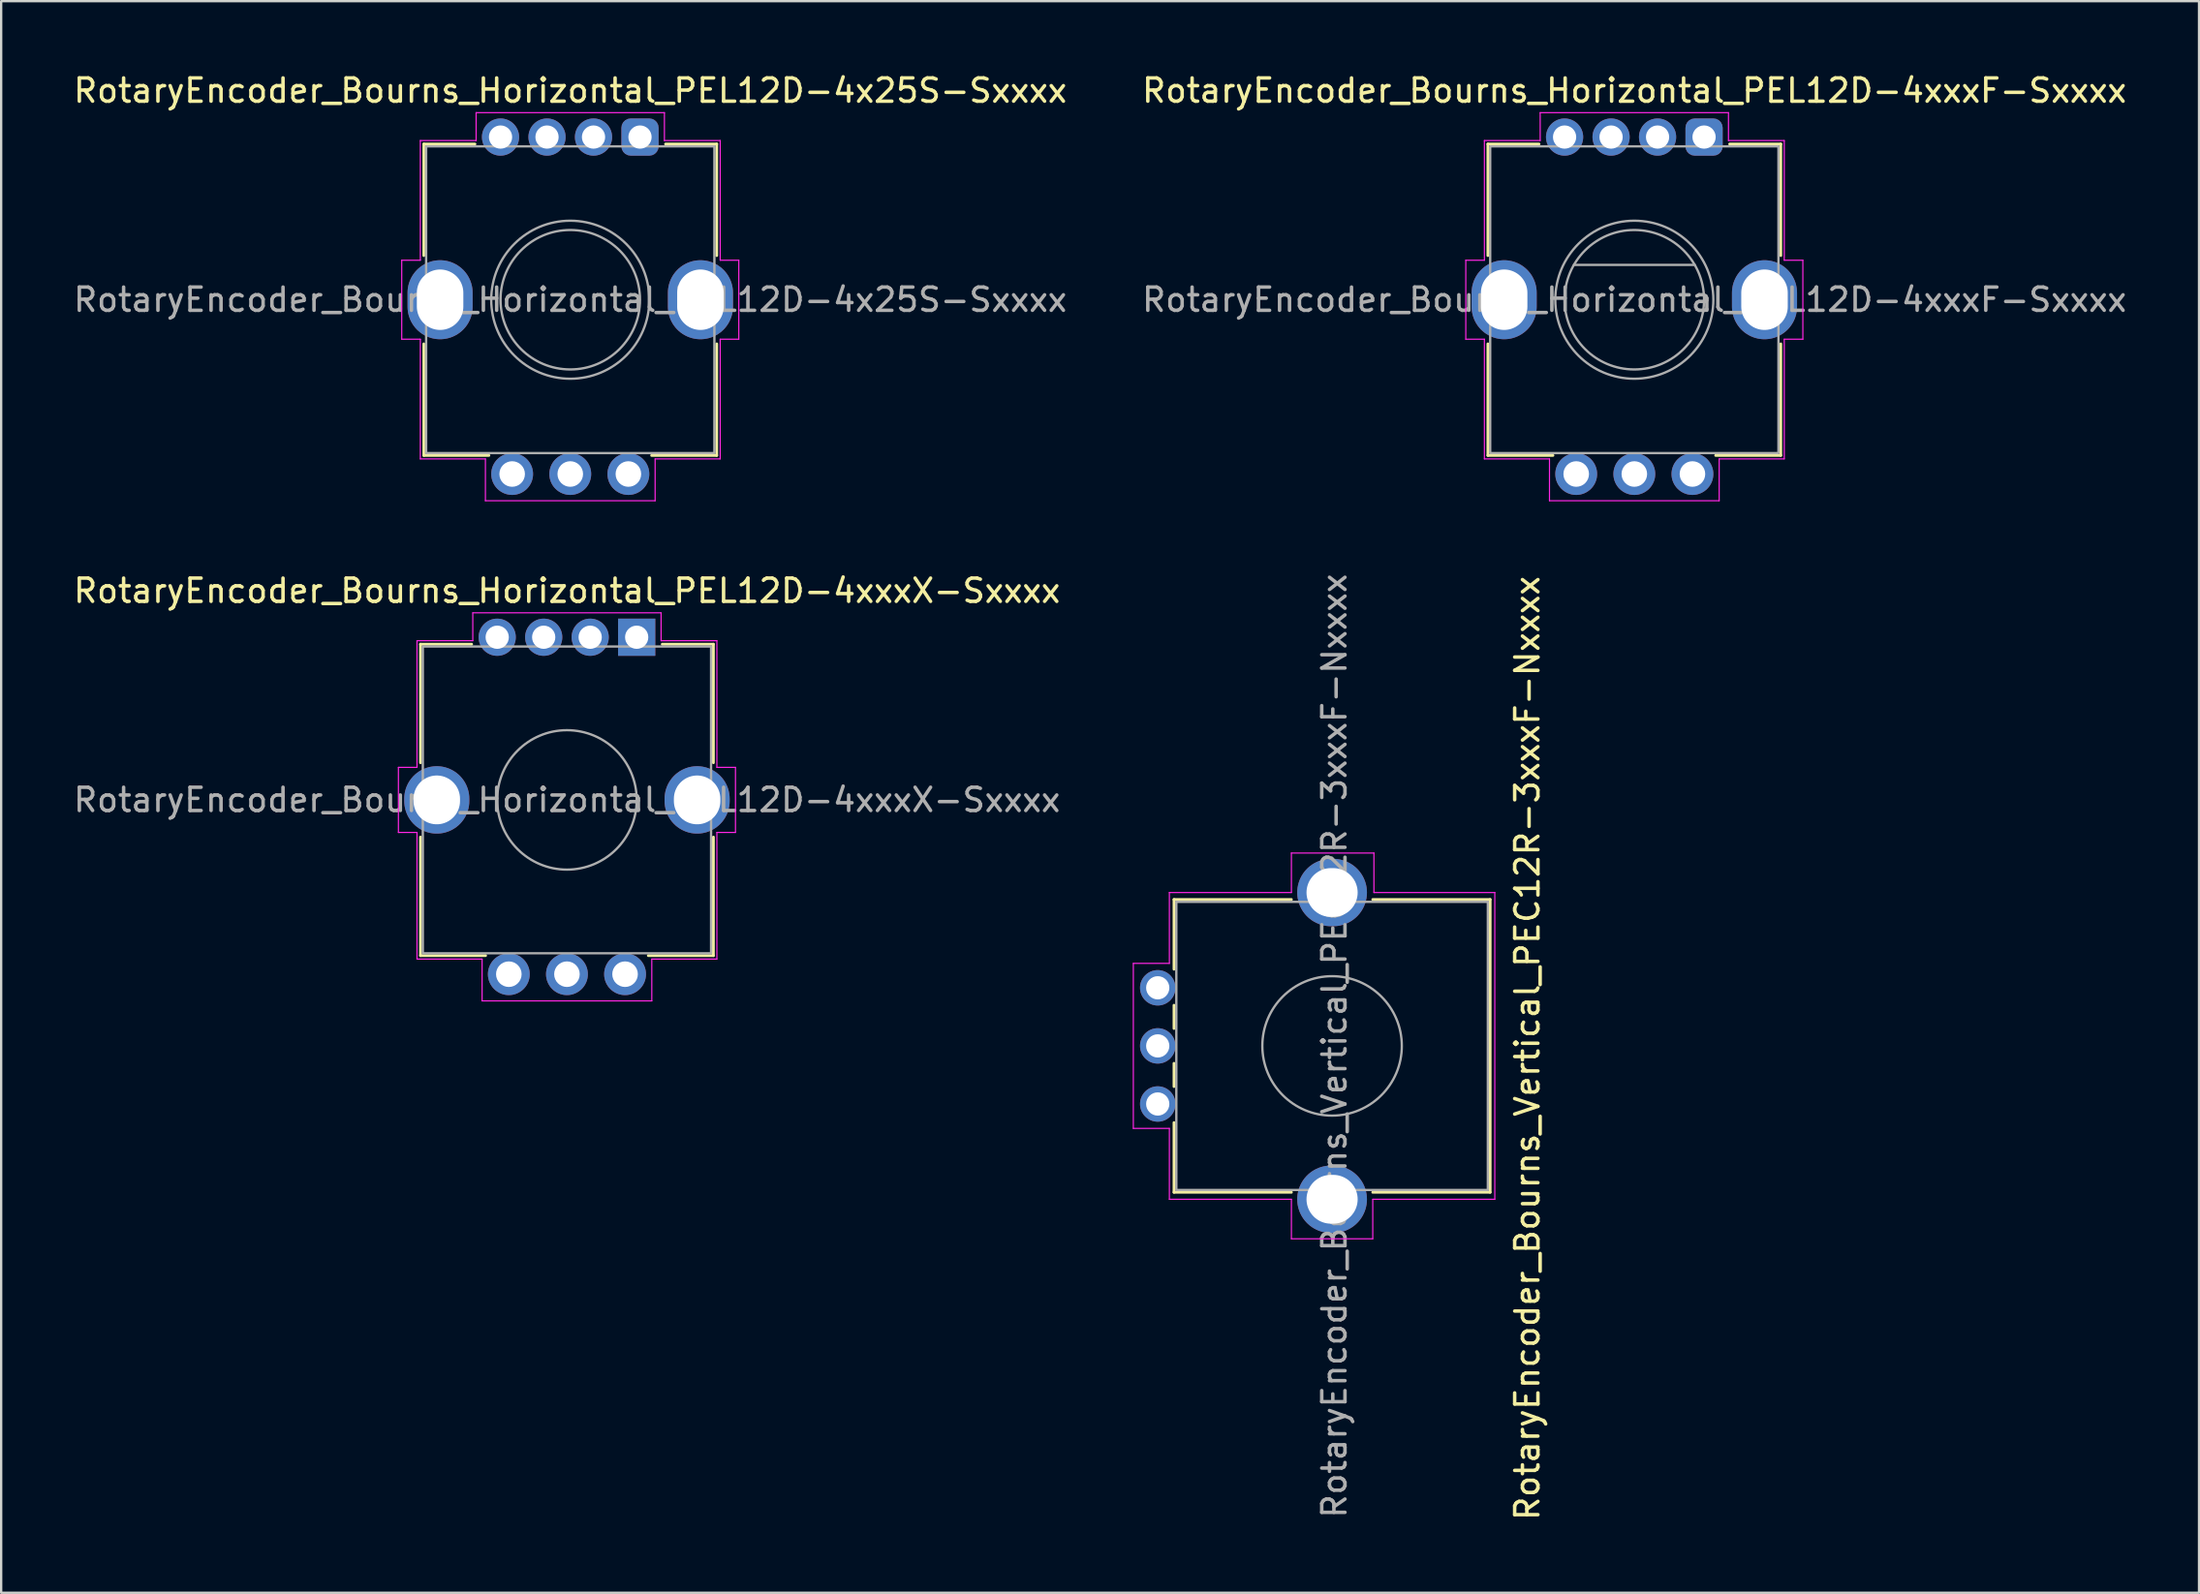
<source format=kicad_pcb>
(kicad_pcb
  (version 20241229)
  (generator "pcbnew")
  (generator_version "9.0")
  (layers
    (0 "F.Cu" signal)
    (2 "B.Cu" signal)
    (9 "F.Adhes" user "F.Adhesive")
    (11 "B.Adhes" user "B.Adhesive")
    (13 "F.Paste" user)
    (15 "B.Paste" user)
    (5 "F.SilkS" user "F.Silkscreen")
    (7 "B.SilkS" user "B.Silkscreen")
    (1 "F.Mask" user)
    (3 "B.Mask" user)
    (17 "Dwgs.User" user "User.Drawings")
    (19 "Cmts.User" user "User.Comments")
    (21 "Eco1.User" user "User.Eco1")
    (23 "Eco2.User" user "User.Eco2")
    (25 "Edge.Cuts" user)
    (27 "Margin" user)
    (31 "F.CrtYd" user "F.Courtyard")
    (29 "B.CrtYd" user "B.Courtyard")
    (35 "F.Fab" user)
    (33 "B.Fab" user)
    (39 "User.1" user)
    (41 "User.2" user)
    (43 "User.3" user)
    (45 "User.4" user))
  (footprint "RotaryEncoder_Bourns_Horizontal_PEL12D-4x25S-Sxxxx"
    (layer "F.Cu")
    (at 24.482 2.848)
    (property "Reference" "RotaryEncoder_Bourns_Horizontal_PEL12D-4x25S-Sxxxx" (at -3 -2 0) (layer "F.SilkS") (effects (font (size 1 1) (thickness 0.15))))
    (attr through_hole)
    (fp_line (start -9.3 0.3) (end -9.3 5.1) (stroke (width 0.12) (type default)) (layer "F.SilkS"))
    (fp_line (start -9.3 13.7) (end -9.3 8.9) (stroke (width 0.12) (type default)) (layer "F.SilkS"))
    (fp_line (start -7.1 0.3) (end -9.3 0.3) (stroke (width 0.12) (type default)) (layer "F.SilkS"))
    (fp_line (start -6.5 13.7) (end -9.3 13.7) (stroke (width 0.12) (type default)) (layer "F.SilkS"))
    (fp_line (start 3.3 0.3) (end 1.1 0.3) (stroke (width 0.12) (type default)) (layer "F.SilkS"))
    (fp_line (start 3.3 5.1) (end 3.3 0.3) (stroke (width 0.12) (type default)) (layer "F.SilkS"))
    (fp_line (start 3.3 8.9) (end 3.3 13.7) (stroke (width 0.12) (type default)) (layer "F.SilkS"))
    (fp_line (start 3.3 13.7) (end 0.5 13.7) (stroke (width 0.12) (type default)) (layer "F.SilkS"))
    (fp_line (start -10.25 5.3) (end -10.25 8.7) (stroke (width 0.05) (type default)) (layer "F.CrtYd"))
    (fp_line (start -10.25 8.7) (end -9.45 8.7) (stroke (width 0.05) (type default)) (layer "F.CrtYd"))
    (fp_line (start -9.45 0.15) (end -9.45 5.3) (stroke (width 0.05) (type default)) (layer "F.CrtYd"))
    (fp_line (start -9.45 5.3) (end -10.25 5.3) (stroke (width 0.05) (type default)) (layer "F.CrtYd"))
    (fp_line (start -9.45 8.7) (end -9.45 13.85) (stroke (width 0.05) (type default)) (layer "F.CrtYd"))
    (fp_line (start -9.45 13.85) (end -6.65 13.85) (stroke (width 0.05) (type default)) (layer "F.CrtYd"))
    (fp_line (start -7.05 -1.05) (end -7.05 0.15) (stroke (width 0.05) (type default)) (layer "F.CrtYd"))
    (fp_line (start -7.05 0.15) (end -9.45 0.15) (stroke (width 0.05) (type default)) (layer "F.CrtYd"))
    (fp_line (start -6.65 13.85) (end -6.65 15.65) (stroke (width 0.05) (type default)) (layer "F.CrtYd"))
    (fp_line (start -6.65 15.65) (end 0.65 15.65) (stroke (width 0.05) (type default)) (layer "F.CrtYd"))
    (fp_line (start 0.65 13.85) (end 3.45 13.85) (stroke (width 0.05) (type default)) (layer "F.CrtYd"))
    (fp_line (start 0.65 15.65) (end 0.65 13.85) (stroke (width 0.05) (type default)) (layer "F.CrtYd"))
    (fp_line (start 1.05 -1.05) (end -7.05 -1.05) (stroke (width 0.05) (type default)) (layer "F.CrtYd"))
    (fp_line (start 1.05 0.15) (end 1.05 -1.05) (stroke (width 0.05) (type default)) (layer "F.CrtYd"))
    (fp_line (start 3.45 0.15) (end 1.05 0.15) (stroke (width 0.05) (type default)) (layer "F.CrtYd"))
    (fp_line (start 3.45 5.3) (end 3.45 0.15) (stroke (width 0.05) (type default)) (layer "F.CrtYd"))
    (fp_line (start 3.45 8.7) (end 4.25 8.7) (stroke (width 0.05) (type default)) (layer "F.CrtYd"))
    (fp_line (start 3.45 13.85) (end 3.45 8.7) (stroke (width 0.05) (type default)) (layer "F.CrtYd"))
    (fp_line (start 4.25 5.3) (end 3.45 5.3) (stroke (width 0.05) (type default)) (layer "F.CrtYd"))
    (fp_line (start 4.25 8.7) (end 4.25 5.3) (stroke (width 0.05) (type default)) (layer "F.CrtYd"))
    (fp_rect (start -9.2 0.4) (end 3.2 13.6) (stroke (width 0.1) (type default)) (fill no) (layer "F.Fab"))
    (fp_circle (center -3 7) (end 0 7) (stroke (width 0.1) (type default)) (fill no) (layer "F.Fab"))
    (fp_circle (center -3 7) (end 0.4 7) (stroke (width 0.1) (type solid)) (fill no) (layer "F.Fab"))
    (fp_text user "${REFERENCE}" (at -3 7 0) (layer "F.Fab") (effects (font (size 1 1) (thickness 0.15))))
    (pad "1" thru_hole roundrect (at 0 0) (size 1.6 1.6) (drill 1) (layers "*.Cu" "*.Mask") (roundrect_rratio 0.25))
    (pad "2" thru_hole circle (at -2 0) (size 1.6 1.6) (drill 1) (layers "*.Cu" "*.Mask"))
    (pad "3" thru_hole circle (at -4 0) (size 1.6 1.6) (drill 1) (layers "*.Cu" "*.Mask"))
    (pad "4" thru_hole circle (at -6 0) (size 1.6 1.6) (drill 1) (layers "*.Cu" "*.Mask"))
    (pad "A" thru_hole circle (at -5.5 14.5) (size 1.8 1.8) (drill 1.1) (layers "*.Cu" "*.Mask"))
    (pad "B" thru_hole circle (at -3 14.5) (size 1.8 1.8) (drill 1.1) (layers "*.Cu" "*.Mask"))
    (pad "C" thru_hole circle (at -0.5 14.5) (size 1.8 1.8) (drill 1.1) (layers "*.Cu" "*.Mask"))
    (pad "SH" thru_hole oval (at -8.6 7 90) (size 3.4 2.8) (drill oval 2.6 2) (layers "*.Cu" "*.Mask"))
    (pad "SH" thru_hole oval (at 2.6 7) (size 2.8 3.4) (drill oval 2 2.6) (layers "*.Cu" "*.Mask")))
  (footprint "RotaryEncoder_Bourns_Horizontal_PEL12D-4xxxX-Sxxxx"
    (layer "F.Cu")
    (at 24.339 24.372)
    (property "Reference" "RotaryEncoder_Bourns_Horizontal_PEL12D-4xxxX-Sxxxx" (at -3 -2 0) (layer "F.SilkS") (effects (font (size 1 1) (thickness 0.15))))
    (attr through_hole)
    (fp_line (start -9.3 0.3) (end -9.3 5.4) (stroke (width 0.12) (type default)) (layer "F.SilkS"))
    (fp_line (start -9.3 13.7) (end -9.3 8.6) (stroke (width 0.12) (type default)) (layer "F.SilkS"))
    (fp_line (start -7.1 0.3) (end -9.3 0.3) (stroke (width 0.12) (type default)) (layer "F.SilkS"))
    (fp_line (start -6.5 13.7) (end -9.3 13.7) (stroke (width 0.12) (type default)) (layer "F.SilkS"))
    (fp_line (start 3.3 0.3) (end 1.1 0.3) (stroke (width 0.12) (type default)) (layer "F.SilkS"))
    (fp_line (start 3.3 5.4) (end 3.3 0.3) (stroke (width 0.12) (type default)) (layer "F.SilkS"))
    (fp_line (start 3.3 8.6) (end 3.3 13.7) (stroke (width 0.12) (type default)) (layer "F.SilkS"))
    (fp_line (start 3.3 13.7) (end 0.5 13.7) (stroke (width 0.12) (type default)) (layer "F.SilkS"))
    (fp_line (start -10.25 5.6) (end -10.25 8.4) (stroke (width 0.05) (type default)) (layer "F.CrtYd"))
    (fp_line (start -10.25 8.4) (end -9.45 8.4) (stroke (width 0.05) (type default)) (layer "F.CrtYd"))
    (fp_line (start -9.45 0.15) (end -9.45 5.6) (stroke (width 0.05) (type default)) (layer "F.CrtYd"))
    (fp_line (start -9.45 5.6) (end -10.25 5.6) (stroke (width 0.05) (type default)) (layer "F.CrtYd"))
    (fp_line (start -9.45 8.4) (end -9.45 13.85) (stroke (width 0.05) (type default)) (layer "F.CrtYd"))
    (fp_line (start -9.45 13.85) (end -6.65 13.85) (stroke (width 0.05) (type default)) (layer "F.CrtYd"))
    (fp_line (start -7.05 -1.05) (end -7.05 0.15) (stroke (width 0.05) (type default)) (layer "F.CrtYd"))
    (fp_line (start -7.05 0.15) (end -9.45 0.15) (stroke (width 0.05) (type default)) (layer "F.CrtYd"))
    (fp_line (start -6.65 13.85) (end -6.65 15.65) (stroke (width 0.05) (type default)) (layer "F.CrtYd"))
    (fp_line (start -6.65 15.65) (end 0.65 15.65) (stroke (width 0.05) (type default)) (layer "F.CrtYd"))
    (fp_line (start 0.65 13.85) (end 3.45 13.85) (stroke (width 0.05) (type default)) (layer "F.CrtYd"))
    (fp_line (start 0.65 15.65) (end 0.65 13.85) (stroke (width 0.05) (type default)) (layer "F.CrtYd"))
    (fp_line (start 1.05 -1.05) (end -7.05 -1.05) (stroke (width 0.05) (type default)) (layer "F.CrtYd"))
    (fp_line (start 1.05 0.15) (end 1.05 -1.05) (stroke (width 0.05) (type default)) (layer "F.CrtYd"))
    (fp_line (start 3.45 0.15) (end 1.05 0.15) (stroke (width 0.05) (type default)) (layer "F.CrtYd"))
    (fp_line (start 3.45 5.6) (end 3.45 0.15) (stroke (width 0.05) (type default)) (layer "F.CrtYd"))
    (fp_line (start 3.45 8.4) (end 4.25 8.4) (stroke (width 0.05) (type default)) (layer "F.CrtYd"))
    (fp_line (start 3.45 13.85) (end 3.45 8.4) (stroke (width 0.05) (type default)) (layer "F.CrtYd"))
    (fp_line (start 4.25 5.6) (end 3.45 5.6) (stroke (width 0.05) (type default)) (layer "F.CrtYd"))
    (fp_line (start 4.25 8.4) (end 4.25 5.6) (stroke (width 0.05) (type default)) (layer "F.CrtYd"))
    (fp_rect (start -9.2 0.4) (end 3.2 13.6) (stroke (width 0.1) (type default)) (fill no) (layer "F.Fab"))
    (fp_circle (center -3 7) (end 0 7) (stroke (width 0.1) (type solid)) (fill no) (layer "F.Fab"))
    (fp_text user "${REFERENCE}" (at -3 7 0) (layer "F.Fab") (effects (font (size 1 1) (thickness 0.15))))
    (pad "1" thru_hole rect (at 0 0) (size 1.6 1.6) (drill 1) (layers "*.Cu" "*.Mask"))
    (pad "2" thru_hole circle (at -2 0) (size 1.6 1.6) (drill 1) (layers "*.Cu" "*.Mask"))
    (pad "3" thru_hole circle (at -4 0) (size 1.6 1.6) (drill 1) (layers "*.Cu" "*.Mask"))
    (pad "4" thru_hole circle (at -6 0) (size 1.6 1.6) (drill 1) (layers "*.Cu" "*.Mask"))
    (pad "5" thru_hole circle (at -5.5 14.5) (size 1.8 1.8) (drill 1.1) (layers "*.Cu" "*.Mask"))
    (pad "6" thru_hole circle (at -3 14.5) (size 1.8 1.8) (drill 1.1) (layers "*.Cu" "*.Mask"))
    (pad "7" thru_hole circle (at -0.5 14.5) (size 1.8 1.8) (drill 1.1) (layers "*.Cu" "*.Mask"))
    (pad "SH" thru_hole oval (at -8.6 7) (size 2.8 2.9) (drill oval 2 2.1) (layers "*.Cu" "*.Mask"))
    (pad "SH" thru_hole oval (at 2.6 7) (size 2.8 2.9) (drill oval 2 2.1) (layers "*.Cu" "*.Mask")))
  (footprint "RotaryEncoder_Bourns_Vertical_PEC12R-3xxxF-Nxxxx"
    (layer "F.Cu")
    (at 46.754 39.458)
    (property "Reference" "RotaryEncoder_Bourns_Vertical_PEC12R-3xxxF-Nxxxx" (at 15.9 2.6 90) (layer "F.SilkS") (effects (font (size 1 1) (thickness 0.15))))
    (attr through_hole)
    (fp_line (start 0.7 -3.8) (end 5.75 -3.8) (stroke (width 0.12) (type solid)) (layer "F.SilkS"))
    (fp_line (start 0.7 -0.8) (end 0.7 -3.8) (stroke (width 0.12) (type solid)) (layer "F.SilkS"))
    (fp_line (start 0.7 0.75) (end 0.7 1.75) (stroke (width 0.12) (type solid)) (layer "F.SilkS"))
    (fp_line (start 0.7 3.25) (end 0.7 4.25) (stroke (width 0.12) (type solid)) (layer "F.SilkS"))
    (fp_line (start 0.7 5.8) (end 0.7 8.8) (stroke (width 0.12) (type solid)) (layer "F.SilkS"))
    (fp_line (start 5.75 8.8) (end 0.7 8.8) (stroke (width 0.12) (type solid)) (layer "F.SilkS"))
    (fp_line (start 9.25 -3.8) (end 14.3 -3.8) (stroke (width 0.12) (type solid)) (layer "F.SilkS"))
    (fp_line (start 14.3 -3.8) (end 14.3 8.8) (stroke (width 0.12) (type solid)) (layer "F.SilkS"))
    (fp_line (start 14.3 8.8) (end 9.25 8.8) (stroke (width 0.12) (type solid)) (layer "F.SilkS"))
    (fp_line (start -1.05 -1.05) (end 0.5 -1.05) (stroke (width 0.05) (type solid)) (layer "F.CrtYd"))
    (fp_line (start -1.05 6.05) (end -1.05 -1.05) (stroke (width 0.05) (type solid)) (layer "F.CrtYd"))
    (fp_line (start 0.5 -4.1) (end 5.75 -4.1) (stroke (width 0.05) (type solid)) (layer "F.CrtYd"))
    (fp_line (start 0.5 -1.05) (end 0.5 -4.1) (stroke (width 0.05) (type solid)) (layer "F.CrtYd"))
    (fp_line (start 0.5 6.05) (end -1.05 6.05) (stroke (width 0.05) (type solid)) (layer "F.CrtYd"))
    (fp_line (start 0.5 9.1) (end 0.5 6.05) (stroke (width 0.05) (type solid)) (layer "F.CrtYd"))
    (fp_line (start 5.75 -5.8) (end 9.3 -5.8) (stroke (width 0.05) (type solid)) (layer "F.CrtYd"))
    (fp_line (start 5.75 -4.1) (end 5.75 -5.8) (stroke (width 0.05) (type solid)) (layer "F.CrtYd"))
    (fp_line (start 5.75 9.1) (end 0.5 9.1) (stroke (width 0.05) (type solid)) (layer "F.CrtYd"))
    (fp_line (start 5.75 10.8) (end 5.75 9.1) (stroke (width 0.05) (type solid)) (layer "F.CrtYd"))
    (fp_line (start 9.25 9.1) (end 9.25 10.8) (stroke (width 0.05) (type solid)) (layer "F.CrtYd"))
    (fp_line (start 9.25 10.8) (end 5.75 10.8) (stroke (width 0.05) (type solid)) (layer "F.CrtYd"))
    (fp_line (start 9.3 -5.8) (end 9.3 -4.1) (stroke (width 0.05) (type solid)) (layer "F.CrtYd"))
    (fp_line (start 9.3 -4.1) (end 14.5 -4.1) (stroke (width 0.05) (type solid)) (layer "F.CrtYd"))
    (fp_line (start 14.5 -4.1) (end 14.5 9.1) (stroke (width 0.05) (type solid)) (layer "F.CrtYd"))
    (fp_line (start 14.5 9.1) (end 9.25 9.1) (stroke (width 0.05) (type solid)) (layer "F.CrtYd"))
    (fp_line (start 0.8 -3.7) (end 0.8 8.7) (stroke (width 0.1) (type solid)) (layer "F.Fab"))
    (fp_line (start 0.8 8.7) (end 14.2 8.7) (stroke (width 0.1) (type solid)) (layer "F.Fab"))
    (fp_line (start 14.2 -3.7) (end 0.8 -3.7) (stroke (width 0.1) (type solid)) (layer "F.Fab"))
    (fp_line (start 14.2 8.7) (end 14.2 -3.7) (stroke (width 0.1) (type solid)) (layer "F.Fab"))
    (fp_circle (center 7.5 2.5) (end 10.5 2.5) (stroke (width 0.1) (type solid)) (fill no) (layer "F.Fab"))
    (fp_text user "${REFERENCE}" (at 7.6 2.5 90) (layer "F.Fab") (effects (font (size 1 1) (thickness 0.15))))
    (pad "A" thru_hole circle (at 0 0 270) (size 1.524 1.524) (drill 1) (layers "*.Cu" "*.Mask"))
    (pad "B" thru_hole circle (at 0 5 270) (size 1.524 1.524) (drill 1) (layers "*.Cu" "*.Mask"))
    (pad "C" thru_hole circle (at 0 2.5 270) (size 1.524 1.524) (drill 1) (layers "*.Cu" "*.Mask"))
    (pad "SH" thru_hole oval (at 7.5 -4.1 270) (size 2.9 3) (drill oval 2.1 2.2) (layers "*.Cu" "*.Mask"))
    (pad "SH" thru_hole oval (at 7.5 9.1 270) (size 2.9 3) (drill oval 2.1 2.2) (layers "*.Cu" "*.Mask")))
  (footprint "RotaryEncoder_Bourns_Horizontal_PEL12D-4xxxF-Sxxxx"
    (layer "F.Cu")
    (at 70.256 2.848)
    (property "Reference" "RotaryEncoder_Bourns_Horizontal_PEL12D-4xxxF-Sxxxx" (at -3 -2 0) (layer "F.SilkS") (effects (font (size 1 1) (thickness 0.15))))
    (attr through_hole)
    (fp_line (start -9.3 0.3) (end -9.3 5.1) (stroke (width 0.12) (type default)) (layer "F.SilkS"))
    (fp_line (start -9.3 13.7) (end -9.3 8.9) (stroke (width 0.12) (type default)) (layer "F.SilkS"))
    (fp_line (start -7.1 0.3) (end -9.3 0.3) (stroke (width 0.12) (type default)) (layer "F.SilkS"))
    (fp_line (start -6.5 13.7) (end -9.3 13.7) (stroke (width 0.12) (type default)) (layer "F.SilkS"))
    (fp_line (start 3.3 0.3) (end 1.1 0.3) (stroke (width 0.12) (type default)) (layer "F.SilkS"))
    (fp_line (start 3.3 5.1) (end 3.3 0.3) (stroke (width 0.12) (type default)) (layer "F.SilkS"))
    (fp_line (start 3.3 8.9) (end 3.3 13.7) (stroke (width 0.12) (type default)) (layer "F.SilkS"))
    (fp_line (start 3.3 13.7) (end 0.5 13.7) (stroke (width 0.12) (type default)) (layer "F.SilkS"))
    (fp_line (start -10.25 5.3) (end -10.25 8.7) (stroke (width 0.05) (type default)) (layer "F.CrtYd"))
    (fp_line (start -10.25 8.7) (end -9.45 8.7) (stroke (width 0.05) (type default)) (layer "F.CrtYd"))
    (fp_line (start -9.45 0.15) (end -9.45 5.3) (stroke (width 0.05) (type default)) (layer "F.CrtYd"))
    (fp_line (start -9.45 5.3) (end -10.25 5.3) (stroke (width 0.05) (type default)) (layer "F.CrtYd"))
    (fp_line (start -9.45 8.7) (end -9.45 13.85) (stroke (width 0.05) (type default)) (layer "F.CrtYd"))
    (fp_line (start -9.45 13.85) (end -6.65 13.85) (stroke (width 0.05) (type default)) (layer "F.CrtYd"))
    (fp_line (start -7.05 -1.05) (end -7.05 0.15) (stroke (width 0.05) (type default)) (layer "F.CrtYd"))
    (fp_line (start -7.05 0.15) (end -9.45 0.15) (stroke (width 0.05) (type default)) (layer "F.CrtYd"))
    (fp_line (start -6.65 13.85) (end -6.65 15.65) (stroke (width 0.05) (type default)) (layer "F.CrtYd"))
    (fp_line (start -6.65 15.65) (end 0.65 15.65) (stroke (width 0.05) (type default)) (layer "F.CrtYd"))
    (fp_line (start 0.65 13.85) (end 3.45 13.85) (stroke (width 0.05) (type default)) (layer "F.CrtYd"))
    (fp_line (start 0.65 15.65) (end 0.65 13.85) (stroke (width 0.05) (type default)) (layer "F.CrtYd"))
    (fp_line (start 1.05 -1.05) (end -7.05 -1.05) (stroke (width 0.05) (type default)) (layer "F.CrtYd"))
    (fp_line (start 1.05 0.15) (end 1.05 -1.05) (stroke (width 0.05) (type default)) (layer "F.CrtYd"))
    (fp_line (start 3.45 0.15) (end 1.05 0.15) (stroke (width 0.05) (type default)) (layer "F.CrtYd"))
    (fp_line (start 3.45 5.3) (end 3.45 0.15) (stroke (width 0.05) (type default)) (layer "F.CrtYd"))
    (fp_line (start 3.45 8.7) (end 4.25 8.7) (stroke (width 0.05) (type default)) (layer "F.CrtYd"))
    (fp_line (start 3.45 13.85) (end 3.45 8.7) (stroke (width 0.05) (type default)) (layer "F.CrtYd"))
    (fp_line (start 4.25 5.3) (end 3.45 5.3) (stroke (width 0.05) (type default)) (layer "F.CrtYd"))
    (fp_line (start 4.25 8.7) (end 4.25 5.3) (stroke (width 0.05) (type default)) (layer "F.CrtYd"))
    (fp_line (start -5.6 5.5) (end -0.4 5.5) (stroke (width 0.1) (type default)) (layer "F.Fab"))
    (fp_rect (start -9.2 0.4) (end 3.2 13.6) (stroke (width 0.1) (type default)) (fill no) (layer "F.Fab"))
    (fp_circle (center -3 7) (end 0 7) (stroke (width 0.1) (type default)) (fill no) (layer "F.Fab"))
    (fp_circle (center -3 7) (end 0.4 7) (stroke (width 0.1) (type solid)) (fill no) (layer "F.Fab"))
    (fp_text user "${REFERENCE}" (at -3 7 0) (layer "F.Fab") (effects (font (size 1 1) (thickness 0.15))))
    (pad "1" thru_hole roundrect (at 0 0) (size 1.6 1.6) (drill 1) (layers "*.Cu" "*.Mask") (roundrect_rratio 0.25))
    (pad "2" thru_hole circle (at -2 0) (size 1.6 1.6) (drill 1) (layers "*.Cu" "*.Mask"))
    (pad "3" thru_hole circle (at -4 0) (size 1.6 1.6) (drill 1) (layers "*.Cu" "*.Mask"))
    (pad "4" thru_hole circle (at -6 0) (size 1.6 1.6) (drill 1) (layers "*.Cu" "*.Mask"))
    (pad "A" thru_hole circle (at -5.5 14.5) (size 1.8 1.8) (drill 1.1) (layers "*.Cu" "*.Mask"))
    (pad "B" thru_hole circle (at -3 14.5) (size 1.8 1.8) (drill 1.1) (layers "*.Cu" "*.Mask"))
    (pad "C" thru_hole circle (at -0.5 14.5) (size 1.8 1.8) (drill 1.1) (layers "*.Cu" "*.Mask"))
    (pad "SH" thru_hole oval (at -8.6 7 90) (size 3.4 2.8) (drill oval 2.6 2) (layers "*.Cu" "*.Mask"))
    (pad "SH" thru_hole oval (at 2.6 7) (size 2.8 3.4) (drill oval 2 2.6) (layers "*.Cu" "*.Mask")))
  (gr_rect
    (start -3 -3)
    (end 91.548 65.492)
    (stroke (width 0.1) (type default))
    (fill no)
    (layer "Edge.Cuts")))
</source>
